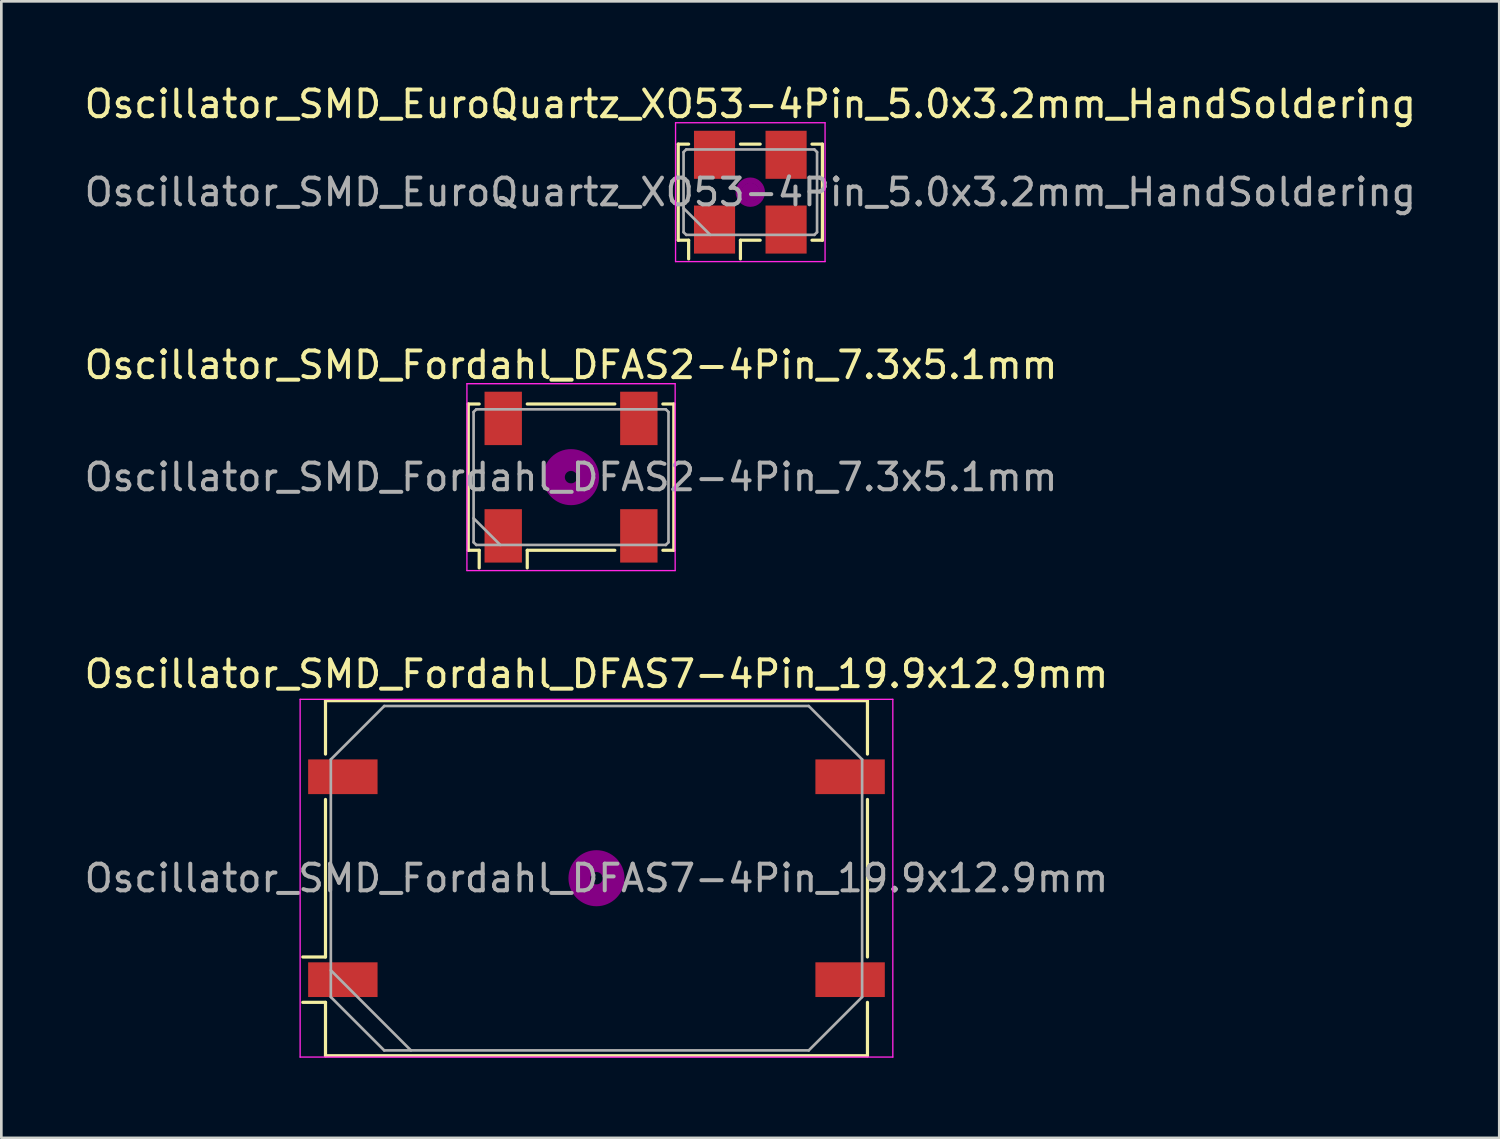
<source format=kicad_pcb>
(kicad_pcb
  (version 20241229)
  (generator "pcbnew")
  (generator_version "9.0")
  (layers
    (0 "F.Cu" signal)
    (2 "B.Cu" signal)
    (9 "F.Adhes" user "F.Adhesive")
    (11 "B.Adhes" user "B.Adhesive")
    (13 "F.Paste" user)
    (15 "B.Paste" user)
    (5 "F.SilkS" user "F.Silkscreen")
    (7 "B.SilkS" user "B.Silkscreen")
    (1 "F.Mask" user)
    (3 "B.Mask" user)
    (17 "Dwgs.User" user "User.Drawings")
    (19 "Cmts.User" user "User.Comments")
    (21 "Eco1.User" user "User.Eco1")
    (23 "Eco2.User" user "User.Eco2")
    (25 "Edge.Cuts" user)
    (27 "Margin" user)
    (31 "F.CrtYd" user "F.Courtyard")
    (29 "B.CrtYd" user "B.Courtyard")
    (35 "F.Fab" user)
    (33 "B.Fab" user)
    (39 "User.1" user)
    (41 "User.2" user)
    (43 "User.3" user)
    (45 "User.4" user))
  (footprint "Oscillator_SMD_Fordahl_DFAS2-4Pin_7.3x5.1mm"
    (layer "F.Cu")
    (at 18.339 14.822)
    (property "Reference" "Oscillator_SMD_Fordahl_DFAS2-4Pin_7.3x5.1mm" (at 0 -4.2 0) (layer "F.SilkS") (effects (font (size 1 1) (thickness 0.15))))
    (attr smd)
    (fp_line (start -3.85 -2.74) (end -3.44 -2.74) (stroke (width 0.12) (type solid)) (layer "F.SilkS"))
    (fp_line (start -3.85 2.74) (end -3.85 -2.74) (stroke (width 0.12) (type solid)) (layer "F.SilkS"))
    (fp_line (start -3.44 2.74) (end -3.85 2.74) (stroke (width 0.12) (type solid)) (layer "F.SilkS"))
    (fp_line (start -3.44 3.4) (end -3.44 2.74) (stroke (width 0.12) (type solid)) (layer "F.SilkS"))
    (fp_line (start -1.64 -2.74) (end 1.64 -2.74) (stroke (width 0.12) (type solid)) (layer "F.SilkS"))
    (fp_line (start -1.64 2.74) (end -1.64 3.4) (stroke (width 0.12) (type solid)) (layer "F.SilkS"))
    (fp_line (start 1.64 2.74) (end -1.64 2.74) (stroke (width 0.12) (type solid)) (layer "F.SilkS"))
    (fp_line (start 3.44 -2.74) (end 3.85 -2.74) (stroke (width 0.12) (type solid)) (layer "F.SilkS"))
    (fp_line (start 3.85 -2.74) (end 3.85 2.74) (stroke (width 0.12) (type solid)) (layer "F.SilkS"))
    (fp_line (start 3.85 2.74) (end 3.44 2.74) (stroke (width 0.12) (type solid)) (layer "F.SilkS"))
    (fp_circle (center 0 0) (end 0.233 0) (stroke (width 0.467) (type solid)) (fill no) (layer "F.Adhes"))
    (fp_circle (center 0 0) (end 0.533 0) (stroke (width 0.333) (type solid)) (fill no) (layer "F.Adhes"))
    (fp_circle (center 0 0) (end 0.833 0) (stroke (width 0.333) (type solid)) (fill no) (layer "F.Adhes"))
    (fp_circle (center 0 0) (end 1 0) (stroke (width 0.1) (type solid)) (fill no) (layer "F.Adhes"))
    (fp_line (start -3.9 -3.5) (end -3.9 3.5) (stroke (width 0.05) (type solid)) (layer "F.CrtYd"))
    (fp_line (start -3.9 3.5) (end 3.9 3.5) (stroke (width 0.05) (type solid)) (layer "F.CrtYd"))
    (fp_line (start 3.9 -3.5) (end -3.9 -3.5) (stroke (width 0.05) (type solid)) (layer "F.CrtYd"))
    (fp_line (start 3.9 3.5) (end 3.9 -3.5) (stroke (width 0.05) (type solid)) (layer "F.CrtYd"))
    (fp_line (start -3.65 -2.44) (end -3.55 -2.54) (stroke (width 0.1) (type solid)) (layer "F.Fab"))
    (fp_line (start -3.65 1.54) (end -2.65 2.54) (stroke (width 0.1) (type solid)) (layer "F.Fab"))
    (fp_line (start -3.65 2.44) (end -3.65 -2.44) (stroke (width 0.1) (type solid)) (layer "F.Fab"))
    (fp_line (start -3.55 -2.54) (end 3.55 -2.54) (stroke (width 0.1) (type solid)) (layer "F.Fab"))
    (fp_line (start -3.55 2.54) (end -3.65 2.44) (stroke (width 0.1) (type solid)) (layer "F.Fab"))
    (fp_line (start 3.55 -2.54) (end 3.65 -2.44) (stroke (width 0.1) (type solid)) (layer "F.Fab"))
    (fp_line (start 3.55 2.54) (end -3.55 2.54) (stroke (width 0.1) (type solid)) (layer "F.Fab"))
    (fp_line (start 3.65 -2.44) (end 3.65 2.44) (stroke (width 0.1) (type solid)) (layer "F.Fab"))
    (fp_line (start 3.65 2.44) (end 3.55 2.54) (stroke (width 0.1) (type solid)) (layer "F.Fab"))
    (fp_text user "${REFERENCE}" (at 0 0 0) (layer "F.Fab") (effects (font (size 1 1) (thickness 0.15))))
    (pad "1" smd rect (at -2.54 2.2) (size 1.4 2) (layers "F.Cu" "F.Mask" "F.Paste"))
    (pad "2" smd rect (at 2.54 2.2) (size 1.4 2) (layers "F.Cu" "F.Mask" "F.Paste"))
    (pad "3" smd rect (at 2.54 -2.2) (size 1.4 2) (layers "F.Cu" "F.Mask" "F.Paste"))
    (pad "4" smd rect (at -2.54 -2.2) (size 1.4 2) (layers "F.Cu" "F.Mask" "F.Paste")))
  (footprint "Oscillator_SMD_Fordahl_DFAS7-4Pin_19.9x12.9mm"
    (layer "F.Cu")
    (at 19.292 29.845)
    (property "Reference" "Oscillator_SMD_Fordahl_DFAS7-4Pin_19.9x12.9mm" (at 0 -7.65 0) (layer "F.SilkS") (effects (font (size 1 1) (thickness 0.15))))
    (attr smd)
    (fp_line (start -11 2.95) (end -10.15 2.95) (stroke (width 0.12) (type solid)) (layer "F.SilkS"))
    (fp_line (start -11 4.65) (end -10.15 4.65) (stroke (width 0.12) (type solid)) (layer "F.SilkS"))
    (fp_line (start -10.15 -6.65) (end 10.15 -6.65) (stroke (width 0.12) (type solid)) (layer "F.SilkS"))
    (fp_line (start -10.15 -4.65) (end -10.15 -6.65) (stroke (width 0.12) (type solid)) (layer "F.SilkS"))
    (fp_line (start -10.15 2.95) (end -10.15 -2.95) (stroke (width 0.12) (type solid)) (layer "F.SilkS"))
    (fp_line (start -10.15 4.65) (end -10.15 6.65) (stroke (width 0.12) (type solid)) (layer "F.SilkS"))
    (fp_line (start -10.15 6.65) (end 10.15 6.65) (stroke (width 0.12) (type solid)) (layer "F.SilkS"))
    (fp_line (start 10.15 -6.65) (end 10.15 -4.65) (stroke (width 0.12) (type solid)) (layer "F.SilkS"))
    (fp_line (start 10.15 -2.95) (end 10.15 2.95) (stroke (width 0.12) (type solid)) (layer "F.SilkS"))
    (fp_line (start 10.15 6.65) (end 10.15 4.65) (stroke (width 0.12) (type solid)) (layer "F.SilkS"))
    (fp_circle (center 0 0) (end 0.233 0) (stroke (width 0.467) (type solid)) (fill no) (layer "F.Adhes"))
    (fp_circle (center 0 0) (end 0.533 0) (stroke (width 0.333) (type solid)) (fill no) (layer "F.Adhes"))
    (fp_circle (center 0 0) (end 0.833 0) (stroke (width 0.333) (type solid)) (fill no) (layer "F.Adhes"))
    (fp_circle (center 0 0) (end 1 0) (stroke (width 0.1) (type solid)) (fill no) (layer "F.Adhes"))
    (fp_line (start -11.1 -6.7) (end -11.1 6.7) (stroke (width 0.05) (type solid)) (layer "F.CrtYd"))
    (fp_line (start -11.1 6.7) (end 11.1 6.7) (stroke (width 0.05) (type solid)) (layer "F.CrtYd"))
    (fp_line (start 11.1 -6.7) (end -11.1 -6.7) (stroke (width 0.05) (type solid)) (layer "F.CrtYd"))
    (fp_line (start 11.1 6.7) (end 11.1 -6.7) (stroke (width 0.05) (type solid)) (layer "F.CrtYd"))
    (fp_line (start -9.95 -4.45) (end -7.95 -6.45) (stroke (width 0.1) (type solid)) (layer "F.Fab"))
    (fp_line (start -9.95 3.45) (end -6.95 6.45) (stroke (width 0.1) (type solid)) (layer "F.Fab"))
    (fp_line (start -9.95 4.45) (end -9.95 -4.45) (stroke (width 0.1) (type solid)) (layer "F.Fab"))
    (fp_line (start -7.95 -6.45) (end 7.95 -6.45) (stroke (width 0.1) (type solid)) (layer "F.Fab"))
    (fp_line (start -7.95 6.45) (end -9.95 4.45) (stroke (width 0.1) (type solid)) (layer "F.Fab"))
    (fp_line (start 7.95 -6.45) (end 9.95 -4.45) (stroke (width 0.1) (type solid)) (layer "F.Fab"))
    (fp_line (start 7.95 6.45) (end -7.95 6.45) (stroke (width 0.1) (type solid)) (layer "F.Fab"))
    (fp_line (start 9.95 -4.45) (end 9.95 4.45) (stroke (width 0.1) (type solid)) (layer "F.Fab"))
    (fp_line (start 9.95 4.45) (end 7.95 6.45) (stroke (width 0.1) (type solid)) (layer "F.Fab"))
    (fp_text user "${REFERENCE}" (at 0 0 0) (layer "F.Fab") (effects (font (size 1 1) (thickness 0.15))))
    (pad "1" smd rect (at -9.5 3.8) (size 2.6 1.3) (layers "F.Cu" "F.Mask" "F.Paste"))
    (pad "2" smd rect (at 9.5 3.8) (size 2.6 1.3) (layers "F.Cu" "F.Mask" "F.Paste"))
    (pad "3" smd rect (at 9.5 -3.8) (size 2.6 1.3) (layers "F.Cu" "F.Mask" "F.Paste"))
    (pad "4" smd rect (at -9.5 -3.8) (size 2.6 1.3) (layers "F.Cu" "F.Mask" "F.Paste")))
  (footprint "Oscillator_SMD_EuroQuartz_XO53-4Pin_5.0x3.2mm_HandSoldering"
    (layer "F.Cu")
    (at 25.054 4.148)
    (property "Reference" "Oscillator_SMD_EuroQuartz_XO53-4Pin_5.0x3.2mm_HandSoldering" (at 0 -3.3 0) (layer "F.SilkS") (effects (font (size 1 1) (thickness 0.15))))
    (attr smd)
    (fp_line (start -2.7 -1.8) (end -2.31 -1.8) (stroke (width 0.12) (type solid)) (layer "F.SilkS"))
    (fp_line (start -2.7 1.8) (end -2.7 -1.8) (stroke (width 0.12) (type solid)) (layer "F.SilkS"))
    (fp_line (start -2.31 1.8) (end -2.7 1.8) (stroke (width 0.12) (type solid)) (layer "F.SilkS"))
    (fp_line (start -2.31 2.5) (end -2.31 1.8) (stroke (width 0.12) (type solid)) (layer "F.SilkS"))
    (fp_line (start -0.37 -1.8) (end 0.37 -1.8) (stroke (width 0.12) (type solid)) (layer "F.SilkS"))
    (fp_line (start -0.37 1.8) (end -0.37 2.5) (stroke (width 0.12) (type solid)) (layer "F.SilkS"))
    (fp_line (start 0.37 1.8) (end -0.37 1.8) (stroke (width 0.12) (type solid)) (layer "F.SilkS"))
    (fp_line (start 2.31 -1.8) (end 2.7 -1.8) (stroke (width 0.12) (type solid)) (layer "F.SilkS"))
    (fp_line (start 2.7 -1.8) (end 2.7 1.8) (stroke (width 0.12) (type solid)) (layer "F.SilkS"))
    (fp_line (start 2.7 1.8) (end 2.31 1.8) (stroke (width 0.12) (type solid)) (layer "F.SilkS"))
    (fp_circle (center 0 0) (end 0.117 0) (stroke (width 0.233) (type solid)) (fill no) (layer "F.Adhes"))
    (fp_circle (center 0 0) (end 0.267 0) (stroke (width 0.167) (type solid)) (fill no) (layer "F.Adhes"))
    (fp_circle (center 0 0) (end 0.417 0) (stroke (width 0.167) (type solid)) (fill no) (layer "F.Adhes"))
    (fp_circle (center 0 0) (end 0.5 0) (stroke (width 0.1) (type solid)) (fill no) (layer "F.Adhes"))
    (fp_line (start -2.8 -2.6) (end -2.8 2.6) (stroke (width 0.05) (type solid)) (layer "F.CrtYd"))
    (fp_line (start -2.8 2.6) (end 2.8 2.6) (stroke (width 0.05) (type solid)) (layer "F.CrtYd"))
    (fp_line (start 2.8 -2.6) (end -2.8 -2.6) (stroke (width 0.05) (type solid)) (layer "F.CrtYd"))
    (fp_line (start 2.8 2.6) (end 2.8 -2.6) (stroke (width 0.05) (type solid)) (layer "F.CrtYd"))
    (fp_line (start -2.5 -1.5) (end -2.4 -1.6) (stroke (width 0.1) (type solid)) (layer "F.Fab"))
    (fp_line (start -2.5 0.6) (end -1.5 1.6) (stroke (width 0.1) (type solid)) (layer "F.Fab"))
    (fp_line (start -2.5 1.5) (end -2.5 -1.5) (stroke (width 0.1) (type solid)) (layer "F.Fab"))
    (fp_line (start -2.4 -1.6) (end 2.4 -1.6) (stroke (width 0.1) (type solid)) (layer "F.Fab"))
    (fp_line (start -2.4 1.6) (end -2.5 1.5) (stroke (width 0.1) (type solid)) (layer "F.Fab"))
    (fp_line (start 2.4 -1.6) (end 2.5 -1.5) (stroke (width 0.1) (type solid)) (layer "F.Fab"))
    (fp_line (start 2.4 1.6) (end -2.4 1.6) (stroke (width 0.1) (type solid)) (layer "F.Fab"))
    (fp_line (start 2.5 -1.5) (end 2.5 1.5) (stroke (width 0.1) (type solid)) (layer "F.Fab"))
    (fp_line (start 2.5 1.5) (end 2.4 1.6) (stroke (width 0.1) (type solid)) (layer "F.Fab"))
    (fp_text user "${REFERENCE}" (at 0 0 0) (layer "F.Fab") (effects (font (size 1 1) (thickness 0.15))))
    (pad "1" smd rect (at -1.34 1.4) (size 1.54 1.8) (layers "F.Cu" "F.Mask" "F.Paste"))
    (pad "2" smd rect (at 1.34 1.4) (size 1.54 1.8) (layers "F.Cu" "F.Mask" "F.Paste"))
    (pad "3" smd rect (at 1.34 -1.4) (size 1.54 1.8) (layers "F.Cu" "F.Mask" "F.Paste"))
    (pad "4" smd rect (at -1.34 -1.4) (size 1.54 1.8) (layers "F.Cu" "F.Mask" "F.Paste")))
  (gr_rect
    (start -3 -3)
    (end 53.107 39.57)
    (stroke (width 0.1) (type default))
    (fill no)
    (layer "Edge.Cuts")))
</source>
